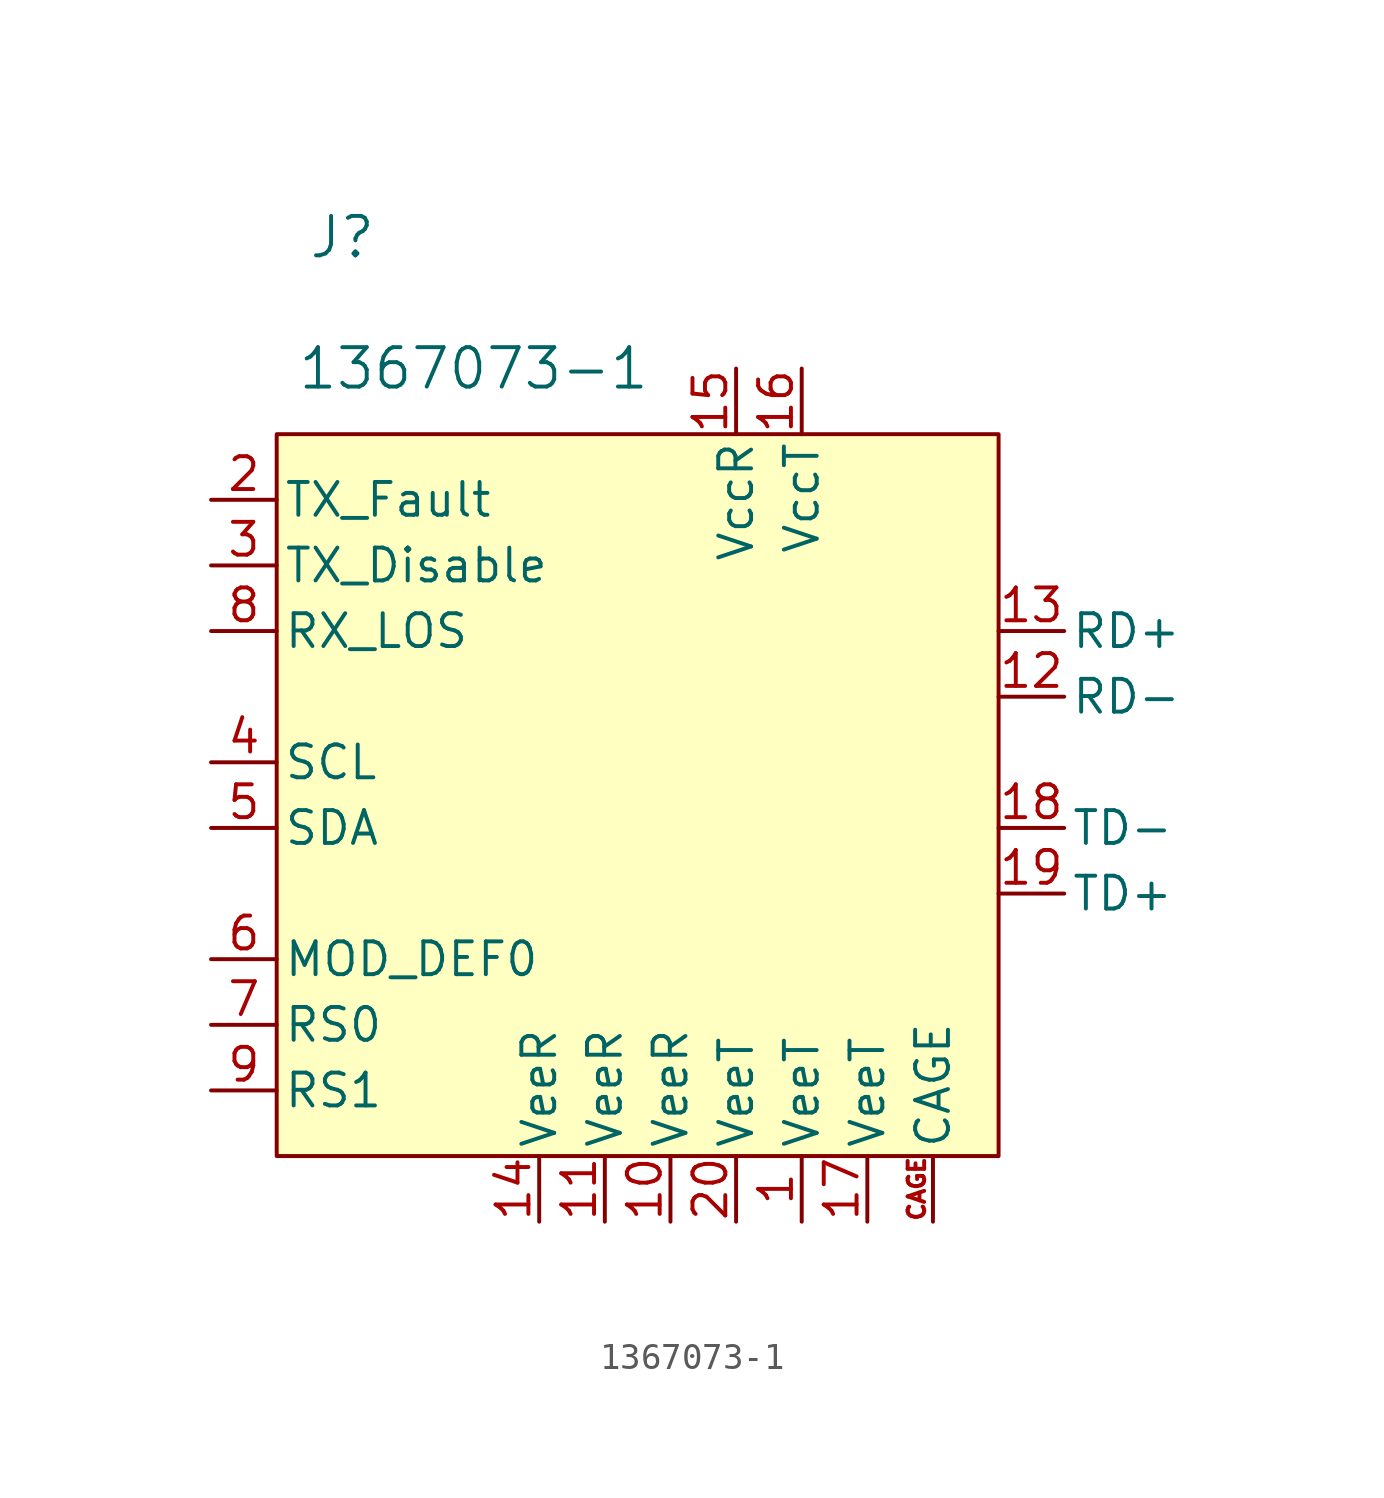
<source format=kicad_sym>
(kicad_symbol_lib
  (version 20211014)
  (generator kicad_symbol_editor)
  (symbol "1367073-1"
    (pin_names
      (offset 0.254))
    (property "Reference" "J"
      (at 2.54 7.62 0)
      (effects (font (size 1.524 1.524))))
    (property "Value" "1367073-1"
      (at 7.62 2.54 0)
      (effects (font (size 1.524 1.524))))
    (symbol "1367073-1_0_1"
      (rectangle (start 0 0) (end 27.94 -27.94) (stroke (width 0) (type default) (color 0 0 0 0)) (fill (type background))))
    (symbol "1367073-1_1_1"
      (pin input line (at 20.32 -30.48 90) (length 2.54) (name "VeeT" (effects (font (size 1.27 1.27)))) (number "1" (effects (font (size 1.27 1.27)))))
      (pin input line (at 15.24 -30.48 90) (length 2.54) (name "VeeR" (effects (font (size 1.27 1.27)))) (number "10" (effects (font (size 1.27 1.27)))))
      (pin input line (at 12.7 -30.48 90) (length 2.54) (name "VeeR" (effects (font (size 1.27 1.27)))) (number "11" (effects (font (size 1.27 1.27)))))
      (pin output line (at 27.94 -10.16 0) (length 2.54) (name "RD-" (effects (font (size 1.27 1.27)))) (number "12" (effects (font (size 1.27 1.27)))))
      (pin output line (at 27.94 -7.62 0) (length 2.54) (name "RD+" (effects (font (size 1.27 1.27)))) (number "13" (effects (font (size 1.27 1.27)))))
      (pin input line (at 10.16 -30.48 90) (length 2.54) (name "VeeR" (effects (font (size 1.27 1.27)))) (number "14" (effects (font (size 1.27 1.27)))))
      (pin input line (at 17.78 2.54 270) (length 2.54) (name "VccR" (effects (font (size 1.27 1.27)))) (number "15" (effects (font (size 1.27 1.27)))))
      (pin input line (at 20.32 2.54 270) (length 2.54) (name "VccT" (effects (font (size 1.27 1.27)))) (number "16" (effects (font (size 1.27 1.27)))))
      (pin input line (at 22.86 -30.48 90) (length 2.54) (name "VeeT" (effects (font (size 1.27 1.27)))) (number "17" (effects (font (size 1.27 1.27)))))
      (pin input line (at 27.94 -15.24 0) (length 2.54) (name "TD-" (effects (font (size 1.27 1.27)))) (number "18" (effects (font (size 1.27 1.27)))))
      (pin input line (at 27.94 -17.78 0) (length 2.54) (name "TD+" (effects (font (size 1.27 1.27)))) (number "19" (effects (font (size 1.27 1.27)))))
      (pin output line (at -2.54 -2.54 0) (length 2.54) (name "TX_Fault" (effects (font (size 1.27 1.27)))) (number "2" (effects (font (size 1.27 1.27)))))
      (pin input line (at 17.78 -30.48 90) (length 2.54) (name "VeeT" (effects (font (size 1.27 1.27)))) (number "20" (effects (font (size 1.27 1.27)))))
      (pin input line (at -2.54 -5.08 0) (length 2.54) (name "TX_Disable" (effects (font (size 1.27 1.27)))) (number "3" (effects (font (size 1.27 1.27)))))
      (pin input line (at -2.54 -12.7 0) (length 2.54) (name "SCL" (effects (font (size 1.27 1.27)))) (number "4" (effects (font (size 1.27 1.27)))))
      (pin bidirectional line (at -2.54 -15.24 0) (length 2.54) (name "SDA" (effects (font (size 1.27 1.27)))) (number "5" (effects (font (size 1.27 1.27)))))
      (pin bidirectional line (at -2.54 -20.32 0) (length 2.54) (name "MOD_DEF0" (effects (font (size 1.27 1.27)))) (number "6" (effects (font (size 1.27 1.27)))))
      (pin input line (at -2.54 -22.86 0) (length 2.54) (name "RS0" (effects (font (size 1.27 1.27)))) (number "7" (effects (font (size 1.27 1.27)))))
      (pin output line (at -2.54 -7.62 0) (length 2.54) (name "RX_LOS" (effects (font (size 1.27 1.27)))) (number "8" (effects (font (size 1.27 1.27)))))
      (pin input line (at -2.54 -25.4 0) (length 2.54) (name "RS1" (effects (font (size 1.27 1.27)))) (number "9" (effects (font (size 1.27 1.27)))))
      (pin input line (at 25.4 -30.48 90) (length 2.54) (name "CAGE" (effects (font (size 1.27 1.27)))) (number "CAGE" (effects (font (size 0.64 0.64))))))))
</source>
